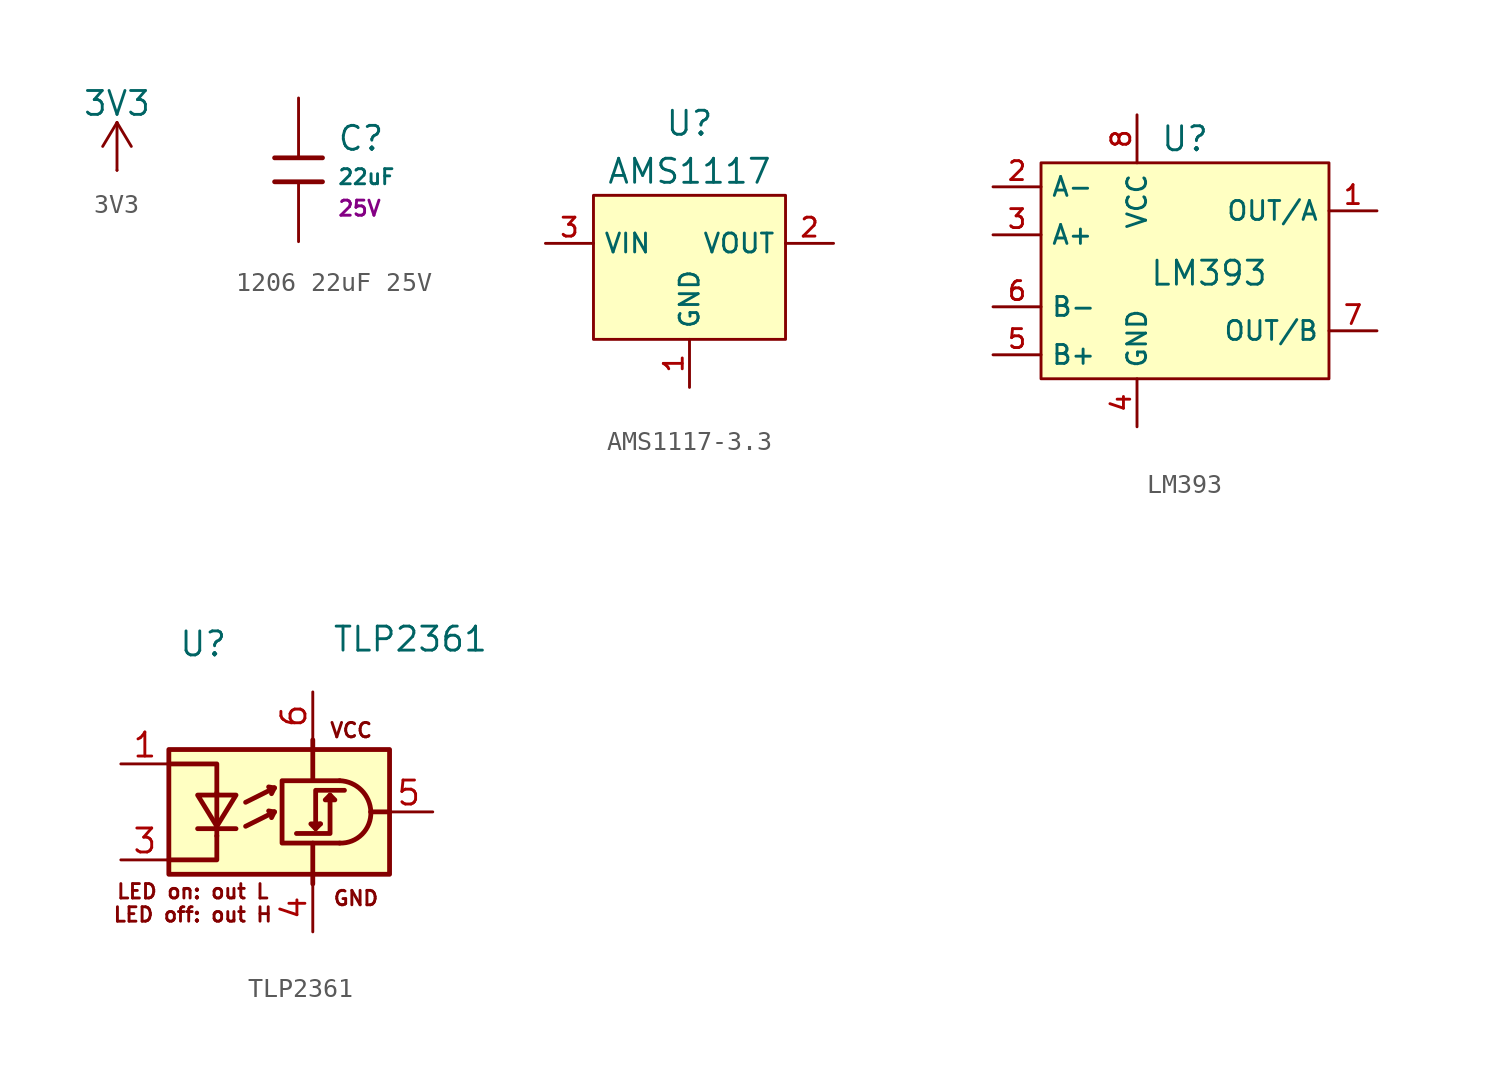
<source format=kicad_sym>
(kicad_symbol_lib
  (version 20241209)
  (generator "kicad_symbol_editor")
  (generator_version "9.0")
  (symbol "3V3"
    (power)
    (pin_numbers
      (hide yes))
    (pin_names
      (offset 0)
      (hide yes))
    (property "Reference" "#PWR"
      (at 0 -3.81 0)
      (effects (font (size 1.27 1.27)) (hide yes)))
    (property "Value" "3V3"
      (at 0 3.556 0)
      (effects (font (size 1.27 1.27))))
    (symbol "3V3_0_1"
      (polyline (pts (xy -0.762 1.27) (xy 0 2.54)) (stroke (width 0) (type default)) (fill (type none)))
      (polyline (pts (xy 0 2.54) (xy 0.762 1.27)) (stroke (width 0) (type default)) (fill (type none)))
      (polyline (pts (xy 0 0) (xy 0 2.54)) (stroke (width 0) (type default)) (fill (type none))))
    (symbol "3V3_1_1"
      (pin power_in line (at 0 0 90) (length 0) (name "~" (effects (font (size 1.27 1.27)))) (number "1" (effects (font (size 1.27 1.27)))))))
  (symbol "1206 22uF 25V"
    (pin_numbers
      (hide yes))
    (pin_names
      (offset 0))
    (property "Reference" "C"
      (at 2.032 1.668 0)
      (effects (font (size 1.27 1.27)) (justify left)))
    (property "Value" "22uF"
      (at 2.032 -0.378 0)
      (effects (font (size 0.8 0.8)) (justify left)))
    (property "Voltage Rated" "25V"
      (at 2.032 -2.046 0)
      (effects (font (size 0.8 0.8)) (justify left)))
    (symbol "1206 22uF 25V_0_1"
      (polyline (pts (xy -1.27 0.635) (xy 1.27 0.635)) (stroke (width 0.254) (type default)) (fill (type none)))
      (polyline (pts (xy -1.27 -0.635) (xy 1.27 -0.635)) (stroke (width 0.254) (type default)) (fill (type none))))
    (symbol "1206 22uF 25V_1_1"
      (pin passive line (at 0 3.81 270) (length 3.175) (name "~" (effects (font (size 1.27 1.27)))) (number "1" (effects (font (size 1.27 1.27)))))
      (pin passive line (at 0 -3.81 90) (length 3.175) (name "~" (effects (font (size 1.27 1.27)))) (number "2" (effects (font (size 1.27 1.27)))))))
  (symbol "AMS1117-3.3"
    (property "Reference" "U"
      (at 0 8.89 0)
      (effects (font (size 1.27 1.27))))
    (property "Value" "AMS1117"
      (at 0 6.35 0)
      (effects (font (size 1.27 1.27))))
    (symbol "AMS1117-3.3_0_1"
      (rectangle (start -5.08 5.08) (end 5.08 -2.54) (stroke (width 0) (type default)) (fill (type background))))
    (symbol "AMS1117-3.3_1_1"
      (pin input line (at -7.62 2.54 0) (length 2.54) (name "VIN" (effects (font (size 1 1)))) (number "3" (effects (font (size 1 1)))))
      (pin input line (at 0 -5.08 90) (length 2.54) (name "GND" (effects (font (size 1 1)))) (number "1" (effects (font (size 1 1)))))
      (pin power_out line (at 7.62 2.54 180) (length 2.54) (name "VOUT" (effects (font (size 1 1)))) (number "2" (effects (font (size 1 1)))))))
  (symbol "LM393"
    (property "Reference" "U"
      (at 0 7.62 0)
      (effects (font (size 1.27 1.27))))
    (property "Value" "LM393"
      (at 1.27 0.508 0)
      (effects (font (size 1.27 1.27))))
    (symbol "LM393_0_1"
      (rectangle (start -7.62 6.35) (end 7.62 -5.08) (stroke (width 0) (type default)) (fill (type background))))
    (symbol "LM393_1_1"
      (pin input line (at -10.16 5.08 0) (length 2.54) (name "A-" (effects (font (size 1 1)))) (number "2" (effects (font (size 1 1)))))
      (pin input line (at -10.16 2.54 0) (length 2.54) (name "A+" (effects (font (size 1 1)))) (number "3" (effects (font (size 1 1)))))
      (pin input line (at -10.16 -1.27 0) (length 2.54) (name "B-" (effects (font (size 1 1)))) (number "6" (effects (font (size 1 1)))))
      (pin input line (at -10.16 -3.81 0) (length 2.54) (name "B+" (effects (font (size 1 1)))) (number "5" (effects (font (size 1 1)))))
      (pin power_in line (at -2.54 8.89 270) (length 2.54) (name "VCC" (effects (font (size 1 1)))) (number "8" (effects (font (size 1 1)))))
      (pin power_in line (at -2.54 -7.62 90) (length 2.54) (name "GND" (effects (font (size 1 1)))) (number "4" (effects (font (size 1 1)))))
      (pin tri_state line (at 10.16 3.81 180) (length 2.54) (name "OUT/A" (effects (font (size 1 1)))) (number "1" (effects (font (size 1 1)))))
      (pin tri_state line (at 10.16 -2.54 180) (length 2.54) (name "OUT/B" (effects (font (size 1 1)))) (number "7" (effects (font (size 1 1)))))))
  (symbol "TLP2361"
    (pin_names
      (offset 1.016)
      (hide yes))
    (property "Reference" "U"
      (at -7.112 8.89 0)
      (effects (font (size 1.27 1.27)) (justify left)))
    (property "Value" "TLP2361"
      (at 1.016 9.144 0)
      (effects (font (size 1.27 1.27)) (justify left)))
    (symbol "TLP2361_0_1"
      (rectangle (start -7.62 3.302) (end 4.064 -3.302) (stroke (width 0.254) (type default)) (fill (type background)))
      (polyline (pts (xy -7.62 -2.54) (xy -5.08 -2.54) (xy -5.08 -1.27)) (stroke (width 0.254) (type default)) (fill (type none)))
      (polyline (pts (xy -6.096 0.889) (xy -4.064 0.889) (xy -5.08 -0.762) (xy -6.096 0.889)) (stroke (width 0.254) (type default)) (fill (type none)))
      (polyline (pts (xy -6.096 -0.889) (xy -4.064 -0.889)) (stroke (width 0.254) (type default)) (fill (type none)))
      (polyline (pts (xy -5.08 1.016) (xy -5.08 -0.762)) (stroke (width 0.254) (type default)) (fill (type none)))
      (polyline (pts (xy -5.08 1.016) (xy -5.08 2.54) (xy -7.62 2.54)) (stroke (width 0.254) (type default)) (fill (type none)))
      (polyline (pts (xy -5.08 -1.27) (xy -5.08 -0.914)) (stroke (width 0.254) (type default)) (fill (type none)))
      (polyline (pts (xy -3.556 0.508) (xy -2.032 1.27)) (stroke (width 0.254) (type default)) (fill (type none)))
      (polyline (pts (xy -3.556 -0.762) (xy -2.032 0)) (stroke (width 0.254) (type default)) (fill (type none)))
      (polyline (pts (xy -2.032 1.27) (xy -2.337 1.321)) (stroke (width 0.254) (type default)) (fill (type none)))
      (polyline (pts (xy -2.032 1.27) (xy -2.184 0.965)) (stroke (width 0.254) (type default)) (fill (type none)))
      (polyline (pts (xy -2.032 0) (xy -2.337 0.051)) (stroke (width 0.254) (type default)) (fill (type none)))
      (polyline (pts (xy -2.032 0) (xy -2.184 -0.305)) (stroke (width 0.254) (type default)) (fill (type none)))
      (polyline (pts (xy 0 3.81) (xy 0 1.702)) (stroke (width 0.254) (type default)) (fill (type none)))
      (polyline (pts (xy 0 -3.81) (xy 0 -1.651)) (stroke (width 0.254) (type default)) (fill (type none)))
      (polyline (pts (xy 0.152 -0.889) (xy -0.102 -0.635) (xy 0.406 -0.635)) (stroke (width 0.254) (type default)) (fill (type none)))
      (polyline (pts (xy 0.914 0.889) (xy 0.914 -1.143) (xy -0.864 -1.143)) (stroke (width 0.254) (type default)) (fill (type none)))
      (polyline (pts (xy 0.914 0.889) (xy 0.66 0.635) (xy 1.168 0.635) (xy 0.914 0.889)) (stroke (width 0.254) (type default)) (fill (type none)))
      (arc (start 1.4224 1.651) (mid 2.5738 1.1514) (end 3.0734 0) (stroke (width 0.254) (type default)) (fill (type none)))
      (polyline (pts (xy 1.422 1.651) (xy -1.626 1.651) (xy -1.626 -1.651) (xy 1.422 -1.651)) (stroke (width 0.254) (type default)) (fill (type none)))
      (arc (start 3.0734 0) (mid 2.6076 -1.1853) (end 1.4224 -1.651) (stroke (width 0.254) (type default)) (fill (type none)))
      (polyline (pts (xy 1.676 1.143) (xy 0.152 1.143) (xy 0.152 -0.889) (xy 0.406 -0.635)) (stroke (width 0.254) (type default)) (fill (type none)))
      (polyline (pts (xy 4.064 0) (xy 3.073 0)) (stroke (width 0.254) (type default)) (fill (type none))))
    (symbol "TLP2361_1_1"
      (text "LED on: out L\nLED off: out H" (at -6.35 -4.826 0) (effects (font (size 0.762 0.762))))
      (text "VCC" (at 2.032 4.318 0) (effects (font (size 0.762 0.762))))
      (text "GND" (at 2.286 -4.572 0) (effects (font (size 0.762 0.762))))
      (pin passive line (at -10.16 2.54 0) (length 2.54) (name "A" (effects (font (size 1.27 1.27)))) (number "1" (effects (font (size 1.27 1.27)))))
      (pin passive line (at -10.16 -2.54 0) (length 2.54) (name "K" (effects (font (size 1.27 1.27)))) (number "3" (effects (font (size 1.27 1.27)))))
      (pin power_in line (at 0 6.35 270) (length 2.54) (name "VDD" (effects (font (size 1.27 1.27)))) (number "6" (effects (font (size 1.27 1.27)))))
      (pin power_in line (at 0 -6.35 90) (length 2.54) (name "GND" (effects (font (size 1.27 1.27)))) (number "4" (effects (font (size 1.27 1.27)))))
      (pin output line (at 6.35 0 180) (length 2.54) (name "VO" (effects (font (size 1.27 1.27)))) (number "5" (effects (font (size 1.27 1.27))))))))
</source>
